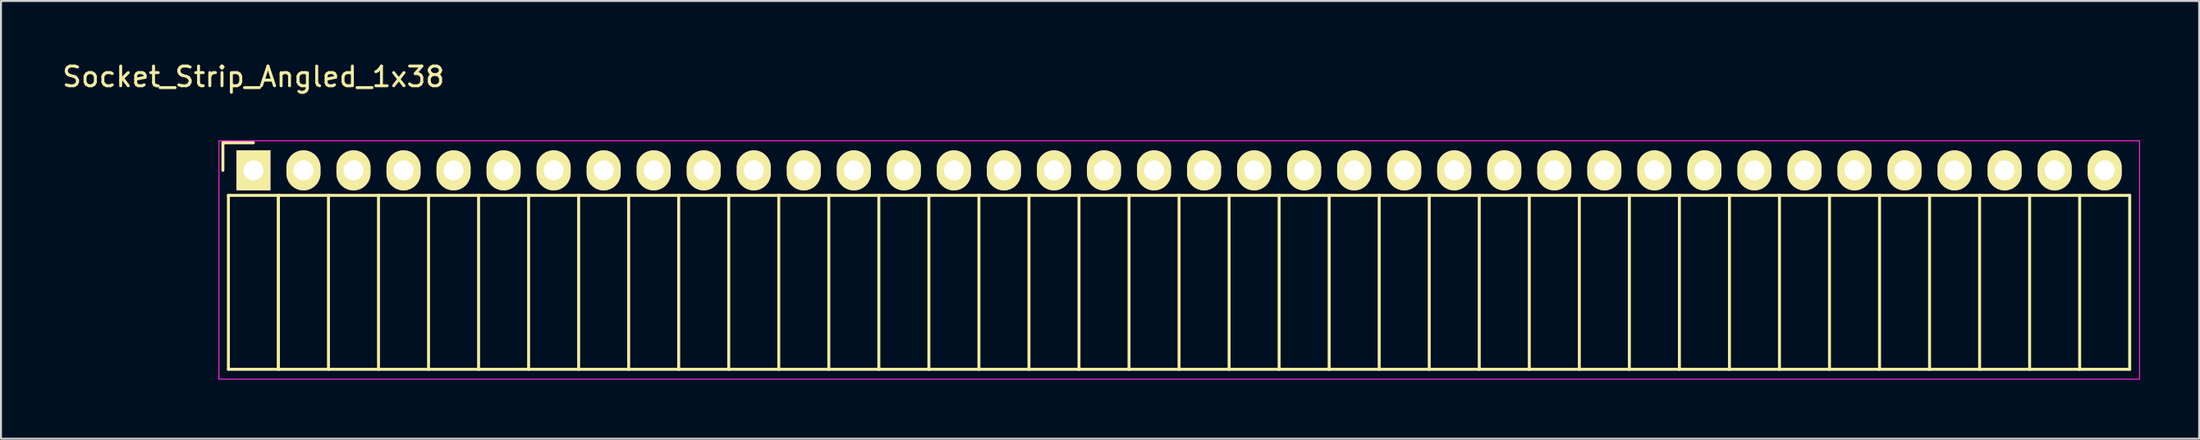
<source format=kicad_pcb>
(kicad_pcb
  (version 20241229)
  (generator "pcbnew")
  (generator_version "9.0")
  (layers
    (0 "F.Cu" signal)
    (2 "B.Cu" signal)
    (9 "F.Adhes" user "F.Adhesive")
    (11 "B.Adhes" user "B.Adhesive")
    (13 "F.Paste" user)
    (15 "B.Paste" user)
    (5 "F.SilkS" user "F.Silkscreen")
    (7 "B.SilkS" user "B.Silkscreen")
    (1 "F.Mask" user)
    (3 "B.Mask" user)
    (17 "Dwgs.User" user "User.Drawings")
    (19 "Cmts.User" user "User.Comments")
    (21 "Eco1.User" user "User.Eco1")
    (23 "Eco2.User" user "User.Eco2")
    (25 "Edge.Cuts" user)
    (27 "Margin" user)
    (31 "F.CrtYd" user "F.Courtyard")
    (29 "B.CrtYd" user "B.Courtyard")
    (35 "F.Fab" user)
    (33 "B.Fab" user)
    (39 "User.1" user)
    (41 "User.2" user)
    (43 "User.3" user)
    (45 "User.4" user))
  (footprint "Socket_Strip_Angled_1x38"
    (layer "F.Cu")
    (at 9.815 5.598)
    (property "Reference" "Socket_Strip_Angled_1x38" (at 0 -4.75 0) (layer "F.SilkS") (effects (font (size 1 1) (thickness 0.15))))
    (attr through_hole)
    (fp_line (start -1.55 -1.4) (end -1.55 0) (stroke (width 0.15) (type solid)) (layer "F.SilkS"))
    (fp_line (start -1.27 1.27) (end -1.27 10.1) (stroke (width 0.15) (type solid)) (layer "F.SilkS"))
    (fp_line (start -1.27 1.27) (end 1.27 1.27) (stroke (width 0.15) (type solid)) (layer "F.SilkS"))
    (fp_line (start -1.27 10.1) (end 1.27 10.1) (stroke (width 0.15) (type solid)) (layer "F.SilkS"))
    (fp_line (start 0 -1.4) (end -1.55 -1.4) (stroke (width 0.15) (type solid)) (layer "F.SilkS"))
    (fp_line (start 1.27 1.27) (end 1.27 10.1) (stroke (width 0.15) (type solid)) (layer "F.SilkS"))
    (fp_line (start 1.27 1.27) (end 3.81 1.27) (stroke (width 0.15) (type solid)) (layer "F.SilkS"))
    (fp_line (start 1.27 10.1) (end 1.27 1.27) (stroke (width 0.15) (type solid)) (layer "F.SilkS"))
    (fp_line (start 1.27 10.1) (end 3.81 10.1) (stroke (width 0.15) (type solid)) (layer "F.SilkS"))
    (fp_line (start 3.81 1.27) (end 6.35 1.27) (stroke (width 0.15) (type solid)) (layer "F.SilkS"))
    (fp_line (start 3.81 10.1) (end 3.81 1.27) (stroke (width 0.15) (type solid)) (layer "F.SilkS"))
    (fp_line (start 3.81 10.1) (end 6.35 10.1) (stroke (width 0.15) (type solid)) (layer "F.SilkS"))
    (fp_line (start 6.35 1.27) (end 8.89 1.27) (stroke (width 0.15) (type solid)) (layer "F.SilkS"))
    (fp_line (start 6.35 10.1) (end 6.35 1.27) (stroke (width 0.15) (type solid)) (layer "F.SilkS"))
    (fp_line (start 6.35 10.1) (end 8.89 10.1) (stroke (width 0.15) (type solid)) (layer "F.SilkS"))
    (fp_line (start 8.89 1.27) (end 11.43 1.27) (stroke (width 0.15) (type solid)) (layer "F.SilkS"))
    (fp_line (start 8.89 10.1) (end 8.89 1.27) (stroke (width 0.15) (type solid)) (layer "F.SilkS"))
    (fp_line (start 8.89 10.1) (end 11.43 10.1) (stroke (width 0.15) (type solid)) (layer "F.SilkS"))
    (fp_line (start 11.43 1.27) (end 13.97 1.27) (stroke (width 0.15) (type solid)) (layer "F.SilkS"))
    (fp_line (start 11.43 10.1) (end 11.43 1.27) (stroke (width 0.15) (type solid)) (layer "F.SilkS"))
    (fp_line (start 11.43 10.1) (end 13.97 10.1) (stroke (width 0.15) (type solid)) (layer "F.SilkS"))
    (fp_line (start 13.97 1.27) (end 16.51 1.27) (stroke (width 0.15) (type solid)) (layer "F.SilkS"))
    (fp_line (start 13.97 10.1) (end 13.97 1.27) (stroke (width 0.15) (type solid)) (layer "F.SilkS"))
    (fp_line (start 13.97 10.1) (end 16.51 10.1) (stroke (width 0.15) (type solid)) (layer "F.SilkS"))
    (fp_line (start 16.51 1.27) (end 19.05 1.27) (stroke (width 0.15) (type solid)) (layer "F.SilkS"))
    (fp_line (start 16.51 10.1) (end 16.51 1.27) (stroke (width 0.15) (type solid)) (layer "F.SilkS"))
    (fp_line (start 16.51 10.1) (end 19.05 10.1) (stroke (width 0.15) (type solid)) (layer "F.SilkS"))
    (fp_line (start 19.05 1.27) (end 21.59 1.27) (stroke (width 0.15) (type solid)) (layer "F.SilkS"))
    (fp_line (start 19.05 10.1) (end 19.05 1.27) (stroke (width 0.15) (type solid)) (layer "F.SilkS"))
    (fp_line (start 19.05 10.1) (end 21.59 10.1) (stroke (width 0.15) (type solid)) (layer "F.SilkS"))
    (fp_line (start 21.59 1.27) (end 24.13 1.27) (stroke (width 0.15) (type solid)) (layer "F.SilkS"))
    (fp_line (start 21.59 10.1) (end 21.59 1.27) (stroke (width 0.15) (type solid)) (layer "F.SilkS"))
    (fp_line (start 21.59 10.1) (end 24.13 10.1) (stroke (width 0.15) (type solid)) (layer "F.SilkS"))
    (fp_line (start 24.13 1.27) (end 26.67 1.27) (stroke (width 0.15) (type solid)) (layer "F.SilkS"))
    (fp_line (start 24.13 10.1) (end 24.13 1.27) (stroke (width 0.15) (type solid)) (layer "F.SilkS"))
    (fp_line (start 24.13 10.1) (end 26.67 10.1) (stroke (width 0.15) (type solid)) (layer "F.SilkS"))
    (fp_line (start 26.67 1.27) (end 29.21 1.27) (stroke (width 0.15) (type solid)) (layer "F.SilkS"))
    (fp_line (start 26.67 10.1) (end 26.67 1.27) (stroke (width 0.15) (type solid)) (layer "F.SilkS"))
    (fp_line (start 26.67 10.1) (end 29.21 10.1) (stroke (width 0.15) (type solid)) (layer "F.SilkS"))
    (fp_line (start 29.21 1.27) (end 31.75 1.27) (stroke (width 0.15) (type solid)) (layer "F.SilkS"))
    (fp_line (start 29.21 10.1) (end 29.21 1.27) (stroke (width 0.15) (type solid)) (layer "F.SilkS"))
    (fp_line (start 29.21 10.1) (end 31.75 10.1) (stroke (width 0.15) (type solid)) (layer "F.SilkS"))
    (fp_line (start 31.75 1.27) (end 34.29 1.27) (stroke (width 0.15) (type solid)) (layer "F.SilkS"))
    (fp_line (start 31.75 10.1) (end 31.75 1.27) (stroke (width 0.15) (type solid)) (layer "F.SilkS"))
    (fp_line (start 31.75 10.1) (end 34.29 10.1) (stroke (width 0.15) (type solid)) (layer "F.SilkS"))
    (fp_line (start 34.29 1.27) (end 36.83 1.27) (stroke (width 0.15) (type solid)) (layer "F.SilkS"))
    (fp_line (start 34.29 10.1) (end 34.29 1.27) (stroke (width 0.15) (type solid)) (layer "F.SilkS"))
    (fp_line (start 34.29 10.1) (end 36.83 10.1) (stroke (width 0.15) (type solid)) (layer "F.SilkS"))
    (fp_line (start 36.83 1.27) (end 39.37 1.27) (stroke (width 0.15) (type solid)) (layer "F.SilkS"))
    (fp_line (start 36.83 10.1) (end 36.83 1.27) (stroke (width 0.15) (type solid)) (layer "F.SilkS"))
    (fp_line (start 36.83 10.1) (end 39.37 10.1) (stroke (width 0.15) (type solid)) (layer "F.SilkS"))
    (fp_line (start 39.37 1.27) (end 41.91 1.27) (stroke (width 0.15) (type solid)) (layer "F.SilkS"))
    (fp_line (start 39.37 10.1) (end 39.37 1.27) (stroke (width 0.15) (type solid)) (layer "F.SilkS"))
    (fp_line (start 39.37 10.1) (end 41.91 10.1) (stroke (width 0.15) (type solid)) (layer "F.SilkS"))
    (fp_line (start 41.91 1.27) (end 44.45 1.27) (stroke (width 0.15) (type solid)) (layer "F.SilkS"))
    (fp_line (start 41.91 10.1) (end 41.91 1.27) (stroke (width 0.15) (type solid)) (layer "F.SilkS"))
    (fp_line (start 41.91 10.1) (end 44.45 10.1) (stroke (width 0.15) (type solid)) (layer "F.SilkS"))
    (fp_line (start 44.45 1.27) (end 46.99 1.27) (stroke (width 0.15) (type solid)) (layer "F.SilkS"))
    (fp_line (start 44.45 10.1) (end 44.45 1.27) (stroke (width 0.15) (type solid)) (layer "F.SilkS"))
    (fp_line (start 44.45 10.1) (end 46.99 10.1) (stroke (width 0.15) (type solid)) (layer "F.SilkS"))
    (fp_line (start 46.99 1.27) (end 49.53 1.27) (stroke (width 0.15) (type solid)) (layer "F.SilkS"))
    (fp_line (start 46.99 10.1) (end 46.99 1.27) (stroke (width 0.15) (type solid)) (layer "F.SilkS"))
    (fp_line (start 46.99 10.1) (end 49.53 10.1) (stroke (width 0.15) (type solid)) (layer "F.SilkS"))
    (fp_line (start 49.53 1.27) (end 52.07 1.27) (stroke (width 0.15) (type solid)) (layer "F.SilkS"))
    (fp_line (start 49.53 10.1) (end 49.53 1.27) (stroke (width 0.15) (type solid)) (layer "F.SilkS"))
    (fp_line (start 49.53 10.1) (end 52.07 10.1) (stroke (width 0.15) (type solid)) (layer "F.SilkS"))
    (fp_line (start 52.07 1.27) (end 54.61 1.27) (stroke (width 0.15) (type solid)) (layer "F.SilkS"))
    (fp_line (start 52.07 10.1) (end 52.07 1.27) (stroke (width 0.15) (type solid)) (layer "F.SilkS"))
    (fp_line (start 52.07 10.1) (end 54.61 10.1) (stroke (width 0.15) (type solid)) (layer "F.SilkS"))
    (fp_line (start 54.61 1.27) (end 57.15 1.27) (stroke (width 0.15) (type solid)) (layer "F.SilkS"))
    (fp_line (start 54.61 10.1) (end 54.61 1.27) (stroke (width 0.15) (type solid)) (layer "F.SilkS"))
    (fp_line (start 54.61 10.1) (end 57.15 10.1) (stroke (width 0.15) (type solid)) (layer "F.SilkS"))
    (fp_line (start 57.15 1.27) (end 59.69 1.27) (stroke (width 0.15) (type solid)) (layer "F.SilkS"))
    (fp_line (start 57.15 10.1) (end 57.15 1.27) (stroke (width 0.15) (type solid)) (layer "F.SilkS"))
    (fp_line (start 57.15 10.1) (end 59.69 10.1) (stroke (width 0.15) (type solid)) (layer "F.SilkS"))
    (fp_line (start 59.69 1.27) (end 62.23 1.27) (stroke (width 0.15) (type solid)) (layer "F.SilkS"))
    (fp_line (start 59.69 10.1) (end 59.69 1.27) (stroke (width 0.15) (type solid)) (layer "F.SilkS"))
    (fp_line (start 59.69 10.1) (end 62.23 10.1) (stroke (width 0.15) (type solid)) (layer "F.SilkS"))
    (fp_line (start 62.23 1.27) (end 64.77 1.27) (stroke (width 0.15) (type solid)) (layer "F.SilkS"))
    (fp_line (start 62.23 10.1) (end 62.23 1.27) (stroke (width 0.15) (type solid)) (layer "F.SilkS"))
    (fp_line (start 62.23 10.1) (end 64.77 10.1) (stroke (width 0.15) (type solid)) (layer "F.SilkS"))
    (fp_line (start 64.77 1.27) (end 67.31 1.27) (stroke (width 0.15) (type solid)) (layer "F.SilkS"))
    (fp_line (start 64.77 10.1) (end 64.77 1.27) (stroke (width 0.15) (type solid)) (layer "F.SilkS"))
    (fp_line (start 64.77 10.1) (end 67.31 10.1) (stroke (width 0.15) (type solid)) (layer "F.SilkS"))
    (fp_line (start 67.31 1.27) (end 69.85 1.27) (stroke (width 0.15) (type solid)) (layer "F.SilkS"))
    (fp_line (start 67.31 10.1) (end 67.31 1.27) (stroke (width 0.15) (type solid)) (layer "F.SilkS"))
    (fp_line (start 67.31 10.1) (end 69.85 10.1) (stroke (width 0.15) (type solid)) (layer "F.SilkS"))
    (fp_line (start 69.85 1.27) (end 72.39 1.27) (stroke (width 0.15) (type solid)) (layer "F.SilkS"))
    (fp_line (start 69.85 10.1) (end 69.85 1.27) (stroke (width 0.15) (type solid)) (layer "F.SilkS"))
    (fp_line (start 69.85 10.1) (end 72.39 10.1) (stroke (width 0.15) (type solid)) (layer "F.SilkS"))
    (fp_line (start 72.39 1.27) (end 74.93 1.27) (stroke (width 0.15) (type solid)) (layer "F.SilkS"))
    (fp_line (start 72.39 10.1) (end 72.39 1.27) (stroke (width 0.15) (type solid)) (layer "F.SilkS"))
    (fp_line (start 72.39 10.1) (end 74.93 10.1) (stroke (width 0.15) (type solid)) (layer "F.SilkS"))
    (fp_line (start 74.93 1.27) (end 77.47 1.27) (stroke (width 0.15) (type solid)) (layer "F.SilkS"))
    (fp_line (start 74.93 10.1) (end 74.93 1.27) (stroke (width 0.15) (type solid)) (layer "F.SilkS"))
    (fp_line (start 74.93 10.1) (end 77.47 10.1) (stroke (width 0.15) (type solid)) (layer "F.SilkS"))
    (fp_line (start 77.47 1.27) (end 80.01 1.27) (stroke (width 0.15) (type solid)) (layer "F.SilkS"))
    (fp_line (start 77.47 10.1) (end 77.47 1.27) (stroke (width 0.15) (type solid)) (layer "F.SilkS"))
    (fp_line (start 77.47 10.1) (end 80.01 10.1) (stroke (width 0.15) (type solid)) (layer "F.SilkS"))
    (fp_line (start 80.01 1.27) (end 82.55 1.27) (stroke (width 0.15) (type solid)) (layer "F.SilkS"))
    (fp_line (start 80.01 10.1) (end 80.01 1.27) (stroke (width 0.15) (type solid)) (layer "F.SilkS"))
    (fp_line (start 80.01 10.1) (end 82.55 10.1) (stroke (width 0.15) (type solid)) (layer "F.SilkS"))
    (fp_line (start 82.55 1.27) (end 85.09 1.27) (stroke (width 0.15) (type solid)) (layer "F.SilkS"))
    (fp_line (start 82.55 10.1) (end 82.55 1.27) (stroke (width 0.15) (type solid)) (layer "F.SilkS"))
    (fp_line (start 82.55 10.1) (end 85.09 10.1) (stroke (width 0.15) (type solid)) (layer "F.SilkS"))
    (fp_line (start 85.09 1.27) (end 87.63 1.27) (stroke (width 0.15) (type solid)) (layer "F.SilkS"))
    (fp_line (start 85.09 10.1) (end 85.09 1.27) (stroke (width 0.15) (type solid)) (layer "F.SilkS"))
    (fp_line (start 85.09 10.1) (end 87.63 10.1) (stroke (width 0.15) (type solid)) (layer "F.SilkS"))
    (fp_line (start 87.63 1.27) (end 90.17 1.27) (stroke (width 0.15) (type solid)) (layer "F.SilkS"))
    (fp_line (start 87.63 10.1) (end 87.63 1.27) (stroke (width 0.15) (type solid)) (layer "F.SilkS"))
    (fp_line (start 87.63 10.1) (end 90.17 10.1) (stroke (width 0.15) (type solid)) (layer "F.SilkS"))
    (fp_line (start 90.17 1.27) (end 92.71 1.27) (stroke (width 0.15) (type solid)) (layer "F.SilkS"))
    (fp_line (start 90.17 10.1) (end 90.17 1.27) (stroke (width 0.15) (type solid)) (layer "F.SilkS"))
    (fp_line (start 90.17 10.1) (end 92.71 10.1) (stroke (width 0.15) (type solid)) (layer "F.SilkS"))
    (fp_line (start 92.71 1.27) (end 95.25 1.27) (stroke (width 0.15) (type solid)) (layer "F.SilkS"))
    (fp_line (start 92.71 10.1) (end 92.71 1.27) (stroke (width 0.15) (type solid)) (layer "F.SilkS"))
    (fp_line (start 92.71 10.1) (end 95.25 10.1) (stroke (width 0.15) (type solid)) (layer "F.SilkS"))
    (fp_line (start 95.25 10.1) (end 95.25 1.27) (stroke (width 0.15) (type solid)) (layer "F.SilkS"))
    (fp_line (start -1.75 -1.5) (end -1.75 10.6) (stroke (width 0.05) (type solid)) (layer "F.CrtYd"))
    (fp_line (start -1.75 -1.5) (end 95.75 -1.5) (stroke (width 0.05) (type solid)) (layer "F.CrtYd"))
    (fp_line (start -1.75 10.6) (end 95.75 10.6) (stroke (width 0.05) (type solid)) (layer "F.CrtYd"))
    (fp_line (start 95.75 -1.5) (end 95.75 10.6) (stroke (width 0.05) (type solid)) (layer "F.CrtYd"))
    (pad "1" thru_hole rect (at 0 0) (size 1.727 2.032) (drill 1.016) (layers "*.Cu" "*.Mask" "F.SilkS"))
    (pad "2" thru_hole oval (at 2.54 0) (size 1.727 2.032) (drill 1.016) (layers "*.Cu" "*.Mask" "F.SilkS"))
    (pad "3" thru_hole oval (at 5.08 0) (size 1.727 2.032) (drill 1.016) (layers "*.Cu" "*.Mask" "F.SilkS"))
    (pad "4" thru_hole oval (at 7.62 0) (size 1.727 2.032) (drill 1.016) (layers "*.Cu" "*.Mask" "F.SilkS"))
    (pad "5" thru_hole oval (at 10.16 0) (size 1.727 2.032) (drill 1.016) (layers "*.Cu" "*.Mask" "F.SilkS"))
    (pad "6" thru_hole oval (at 12.7 0) (size 1.727 2.032) (drill 1.016) (layers "*.Cu" "*.Mask" "F.SilkS"))
    (pad "7" thru_hole oval (at 15.24 0) (size 1.727 2.032) (drill 1.016) (layers "*.Cu" "*.Mask" "F.SilkS"))
    (pad "8" thru_hole oval (at 17.78 0) (size 1.727 2.032) (drill 1.016) (layers "*.Cu" "*.Mask" "F.SilkS"))
    (pad "9" thru_hole oval (at 20.32 0) (size 1.727 2.032) (drill 1.016) (layers "*.Cu" "*.Mask" "F.SilkS"))
    (pad "10" thru_hole oval (at 22.86 0) (size 1.727 2.032) (drill 1.016) (layers "*.Cu" "*.Mask" "F.SilkS"))
    (pad "11" thru_hole oval (at 25.4 0) (size 1.727 2.032) (drill 1.016) (layers "*.Cu" "*.Mask" "F.SilkS"))
    (pad "12" thru_hole oval (at 27.94 0) (size 1.727 2.032) (drill 1.016) (layers "*.Cu" "*.Mask" "F.SilkS"))
    (pad "13" thru_hole oval (at 30.48 0) (size 1.727 2.032) (drill 1.016) (layers "*.Cu" "*.Mask" "F.SilkS"))
    (pad "14" thru_hole oval (at 33.02 0) (size 1.727 2.032) (drill 1.016) (layers "*.Cu" "*.Mask" "F.SilkS"))
    (pad "15" thru_hole oval (at 35.56 0) (size 1.727 2.032) (drill 1.016) (layers "*.Cu" "*.Mask" "F.SilkS"))
    (pad "16" thru_hole oval (at 38.1 0) (size 1.727 2.032) (drill 1.016) (layers "*.Cu" "*.Mask" "F.SilkS"))
    (pad "17" thru_hole oval (at 40.64 0) (size 1.727 2.032) (drill 1.016) (layers "*.Cu" "*.Mask" "F.SilkS"))
    (pad "18" thru_hole oval (at 43.18 0) (size 1.727 2.032) (drill 1.016) (layers "*.Cu" "*.Mask" "F.SilkS"))
    (pad "19" thru_hole oval (at 45.72 0) (size 1.727 2.032) (drill 1.016) (layers "*.Cu" "*.Mask" "F.SilkS"))
    (pad "20" thru_hole oval (at 48.26 0) (size 1.727 2.032) (drill 1.016) (layers "*.Cu" "*.Mask" "F.SilkS"))
    (pad "21" thru_hole oval (at 50.8 0) (size 1.727 2.032) (drill 1.016) (layers "*.Cu" "*.Mask" "F.SilkS"))
    (pad "22" thru_hole oval (at 53.34 0) (size 1.727 2.032) (drill 1.016) (layers "*.Cu" "*.Mask" "F.SilkS"))
    (pad "23" thru_hole oval (at 55.88 0) (size 1.727 2.032) (drill 1.016) (layers "*.Cu" "*.Mask" "F.SilkS"))
    (pad "24" thru_hole oval (at 58.42 0) (size 1.727 2.032) (drill 1.016) (layers "*.Cu" "*.Mask" "F.SilkS"))
    (pad "25" thru_hole oval (at 60.96 0) (size 1.727 2.032) (drill 1.016) (layers "*.Cu" "*.Mask" "F.SilkS"))
    (pad "26" thru_hole oval (at 63.5 0) (size 1.727 2.032) (drill 1.016) (layers "*.Cu" "*.Mask" "F.SilkS"))
    (pad "27" thru_hole oval (at 66.04 0) (size 1.727 2.032) (drill 1.016) (layers "*.Cu" "*.Mask" "F.SilkS"))
    (pad "28" thru_hole oval (at 68.58 0) (size 1.727 2.032) (drill 1.016) (layers "*.Cu" "*.Mask" "F.SilkS"))
    (pad "29" thru_hole oval (at 71.12 0) (size 1.727 2.032) (drill 1.016) (layers "*.Cu" "*.Mask" "F.SilkS"))
    (pad "30" thru_hole oval (at 73.66 0) (size 1.727 2.032) (drill 1.016) (layers "*.Cu" "*.Mask" "F.SilkS"))
    (pad "31" thru_hole oval (at 76.2 0) (size 1.727 2.032) (drill 1.016) (layers "*.Cu" "*.Mask" "F.SilkS"))
    (pad "32" thru_hole oval (at 78.74 0) (size 1.727 2.032) (drill 1.016) (layers "*.Cu" "*.Mask" "F.SilkS"))
    (pad "33" thru_hole oval (at 81.28 0) (size 1.727 2.032) (drill 1.016) (layers "*.Cu" "*.Mask" "F.SilkS"))
    (pad "34" thru_hole oval (at 83.82 0) (size 1.727 2.032) (drill 1.016) (layers "*.Cu" "*.Mask" "F.SilkS"))
    (pad "35" thru_hole oval (at 86.36 0) (size 1.727 2.032) (drill 1.016) (layers "*.Cu" "*.Mask" "F.SilkS"))
    (pad "36" thru_hole oval (at 88.9 0) (size 1.727 2.032) (drill 1.016) (layers "*.Cu" "*.Mask" "F.SilkS"))
    (pad "37" thru_hole oval (at 91.44 0) (size 1.727 2.032) (drill 1.016) (layers "*.Cu" "*.Mask" "F.SilkS"))
    (pad "38" thru_hole oval (at 93.98 0) (size 1.727 2.032) (drill 1.016) (layers "*.Cu" "*.Mask" "F.SilkS")))
  (gr_rect
    (start -3 -3)
    (end 108.59 19.223)
    (stroke (width 0.1) (type default))
    (fill no)
    (layer "Edge.Cuts")))
</source>
